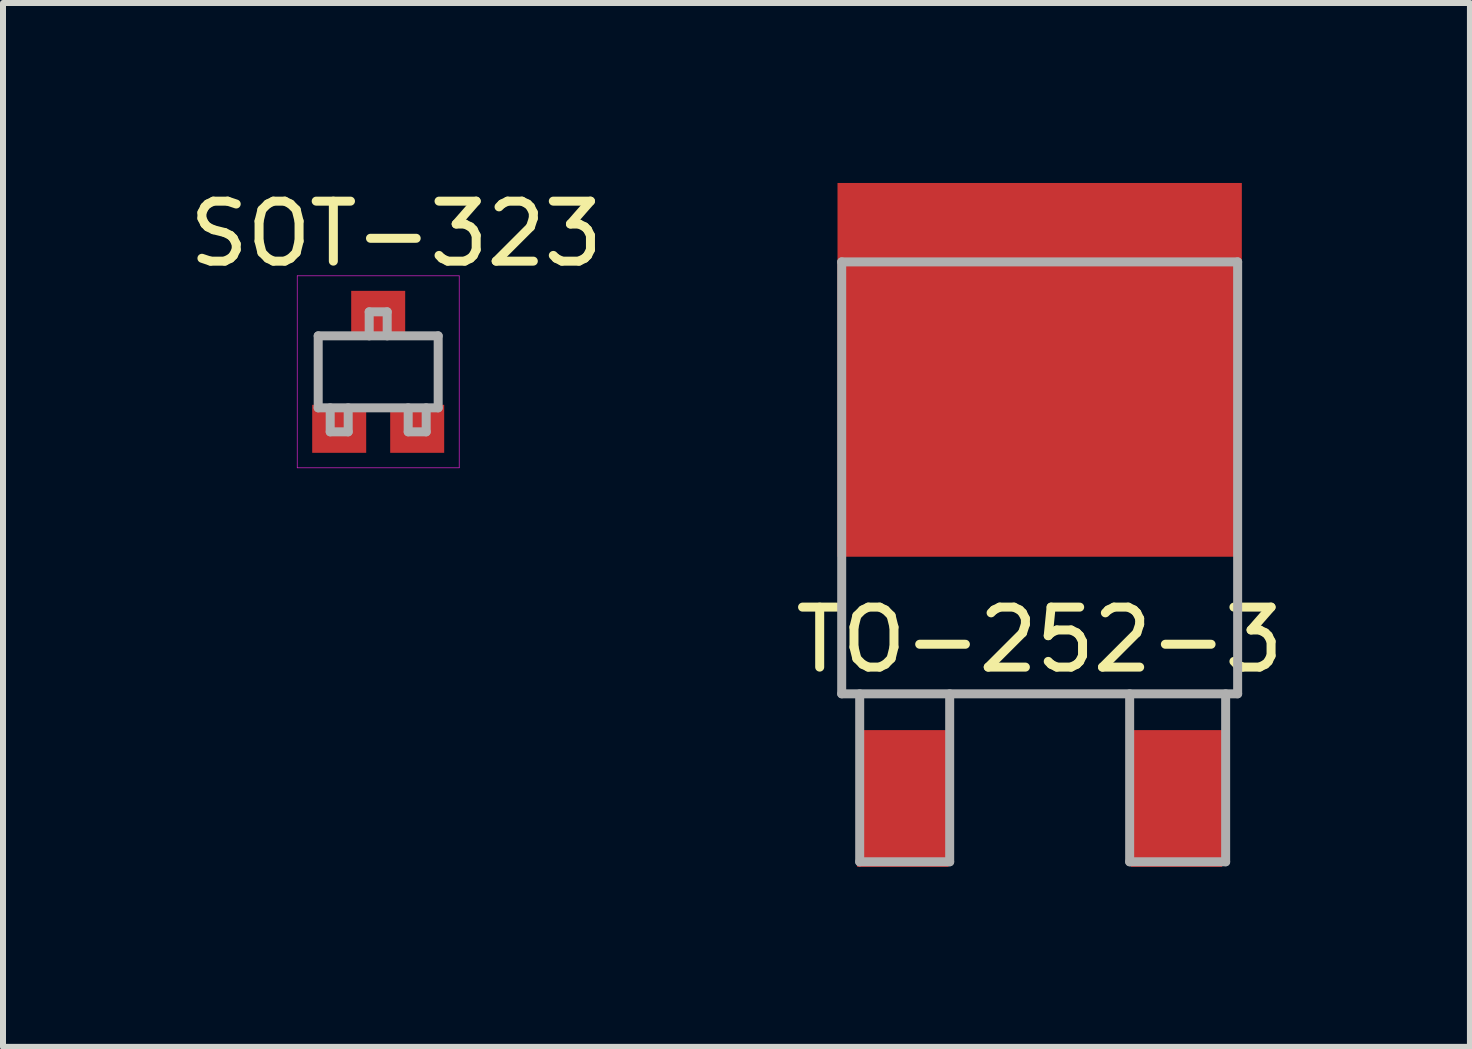
<source format=kicad_pcb>
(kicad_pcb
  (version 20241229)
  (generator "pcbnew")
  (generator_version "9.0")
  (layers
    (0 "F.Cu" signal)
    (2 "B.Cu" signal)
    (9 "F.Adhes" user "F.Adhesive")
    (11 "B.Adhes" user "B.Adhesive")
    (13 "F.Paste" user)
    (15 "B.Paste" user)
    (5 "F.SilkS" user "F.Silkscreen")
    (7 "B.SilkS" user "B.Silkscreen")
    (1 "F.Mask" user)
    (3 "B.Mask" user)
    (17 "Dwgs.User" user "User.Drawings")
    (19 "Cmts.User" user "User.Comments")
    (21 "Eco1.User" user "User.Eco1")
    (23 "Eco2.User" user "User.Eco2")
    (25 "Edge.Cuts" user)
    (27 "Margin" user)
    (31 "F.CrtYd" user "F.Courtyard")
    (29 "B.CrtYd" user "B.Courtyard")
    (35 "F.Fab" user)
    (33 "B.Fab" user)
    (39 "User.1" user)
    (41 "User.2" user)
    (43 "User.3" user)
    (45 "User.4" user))
  (footprint "SOT-323"
    (layer "F.Cu")
    (at 3.254 3.148)
    (property "Reference" "SOT-323" (at 0.3 -2.3 0) (layer "F.SilkS") (effects (font (size 1 1) (thickness 0.15))))
    (attr through_hole)
    (fp_line (start -1.35 -1.6) (end -1.35 1.6) (stroke (width 0.01) (type solid)) (layer "F.CrtYd"))
    (fp_line (start -1.35 1.6) (end 1.35 1.6) (stroke (width 0.01) (type solid)) (layer "F.CrtYd"))
    (fp_line (start 1.35 -1.6) (end -1.35 -1.6) (stroke (width 0.01) (type solid)) (layer "F.CrtYd"))
    (fp_line (start 1.35 1.6) (end 1.35 -1.6) (stroke (width 0.01) (type solid)) (layer "F.CrtYd"))
    (fp_line (start -1 -0.6) (end -1 0.6) (stroke (width 0.15) (type solid)) (layer "F.Fab"))
    (fp_line (start -1 0.6) (end 1 0.6) (stroke (width 0.15) (type solid)) (layer "F.Fab"))
    (fp_line (start -0.8 0.6) (end -0.8 1) (stroke (width 0.15) (type solid)) (layer "F.Fab"))
    (fp_line (start -0.8 1) (end -0.5 1) (stroke (width 0.15) (type solid)) (layer "F.Fab"))
    (fp_line (start -0.5 1) (end -0.5 0.6) (stroke (width 0.15) (type solid)) (layer "F.Fab"))
    (fp_line (start -0.15 -1) (end 0.15 -1) (stroke (width 0.15) (type solid)) (layer "F.Fab"))
    (fp_line (start -0.15 -0.6) (end -0.15 -1) (stroke (width 0.15) (type solid)) (layer "F.Fab"))
    (fp_line (start 0.15 -1) (end 0.15 -0.6) (stroke (width 0.15) (type solid)) (layer "F.Fab"))
    (fp_line (start 0.5 0.6) (end 0.5 1) (stroke (width 0.15) (type solid)) (layer "F.Fab"))
    (fp_line (start 0.5 1) (end 0.8 1) (stroke (width 0.15) (type solid)) (layer "F.Fab"))
    (fp_line (start 0.8 1) (end 0.8 0.6) (stroke (width 0.15) (type solid)) (layer "F.Fab"))
    (fp_line (start 1 -0.6) (end -1 -0.6) (stroke (width 0.15) (type solid)) (layer "F.Fab"))
    (fp_line (start 1 0.6) (end 1 -0.6) (stroke (width 0.15) (type solid)) (layer "F.Fab"))
    (pad "1" smd rect (at -0.65 0.95) (size 0.9 0.8) (layers "F.Cu" "F.Mask" "F.Paste"))
    (pad "2" smd rect (at 0.65 0.95) (size 0.9 0.8) (layers "F.Cu" "F.Mask" "F.Paste"))
    (pad "3" smd rect (at 0 -0.95) (size 0.9 0.8) (layers "F.Cu" "F.Mask" "F.Paste")))
  (footprint "TO-252-3"
    (layer "F.Cu")
    (at 14.28 3.115)
    (property "Reference" "TO-252-3" (at 0 4.5 0) (layer "F.SilkS") (effects (font (size 1 1) (thickness 0.15))))
    (attr through_hole)
    (fp_line (start -3.3 -1.8) (end -3.3 5.4) (stroke (width 0.15) (type solid)) (layer "F.Fab"))
    (fp_line (start -3.3 -1.8) (end 3.3 -1.8) (stroke (width 0.15) (type solid)) (layer "F.Fab"))
    (fp_line (start -3.3 5.4) (end 3.3 5.4) (stroke (width 0.15) (type solid)) (layer "F.Fab"))
    (fp_line (start -3 5.4) (end -3 8.2) (stroke (width 0.15) (type solid)) (layer "F.Fab"))
    (fp_line (start -3 8.2) (end -1.5 8.2) (stroke (width 0.15) (type solid)) (layer "F.Fab"))
    (fp_line (start -1.5 8.2) (end -1.5 5.4) (stroke (width 0.15) (type solid)) (layer "F.Fab"))
    (fp_line (start 1.5 5.4) (end 1.5 8.2) (stroke (width 0.15) (type solid)) (layer "F.Fab"))
    (fp_line (start 1.5 8.2) (end 3.1 8.2) (stroke (width 0.15) (type solid)) (layer "F.Fab"))
    (fp_line (start 3.1 8.2) (end 3.1 5.4) (stroke (width 0.15) (type solid)) (layer "F.Fab"))
    (fp_line (start 3.3 -1.8) (end 3.3 5.4) (stroke (width 0.15) (type solid)) (layer "F.Fab"))
    (pad "3" smd rect (at 0 0) (size 6.74 6.23) (layers "F.Cu" "F.Mask" "F.Paste"))
    (pad "4" smd rect (at -2.28 7.145) (size 1.524 2.28) (layers "F.Cu" "F.Mask" "F.Paste"))
    (pad "5" smd rect (at 2.28 7.145) (size 1.524 2.28) (layers "F.Cu" "F.Mask" "F.Paste")))
  (gr_rect
    (start -3 -3)
    (end 21.452 14.4)
    (stroke (width 0.1) (type default))
    (fill no)
    (layer "Edge.Cuts")))
</source>
